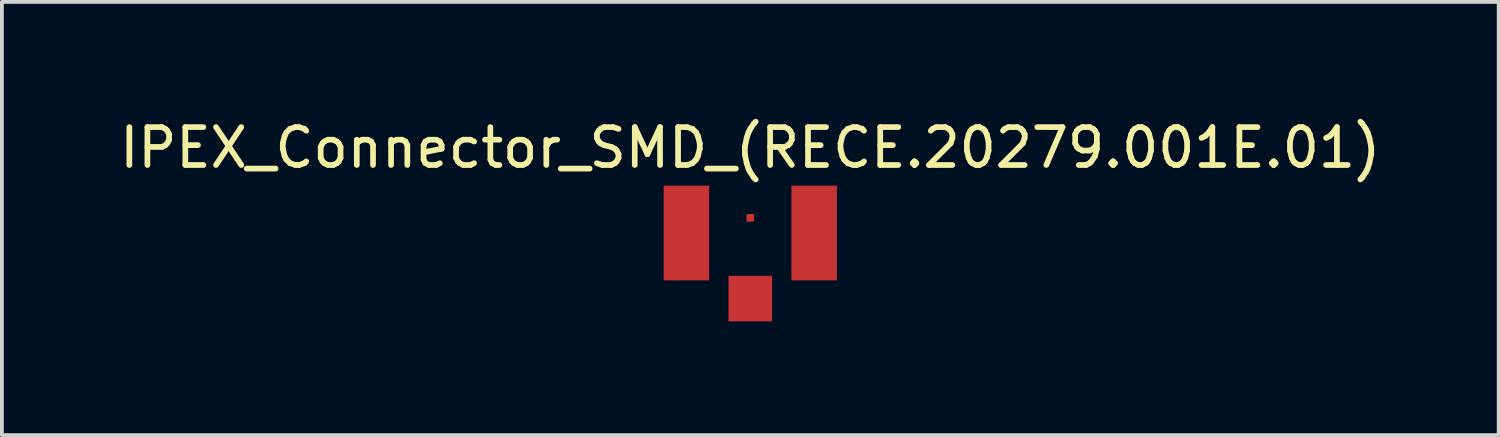
<source format=kicad_pcb>
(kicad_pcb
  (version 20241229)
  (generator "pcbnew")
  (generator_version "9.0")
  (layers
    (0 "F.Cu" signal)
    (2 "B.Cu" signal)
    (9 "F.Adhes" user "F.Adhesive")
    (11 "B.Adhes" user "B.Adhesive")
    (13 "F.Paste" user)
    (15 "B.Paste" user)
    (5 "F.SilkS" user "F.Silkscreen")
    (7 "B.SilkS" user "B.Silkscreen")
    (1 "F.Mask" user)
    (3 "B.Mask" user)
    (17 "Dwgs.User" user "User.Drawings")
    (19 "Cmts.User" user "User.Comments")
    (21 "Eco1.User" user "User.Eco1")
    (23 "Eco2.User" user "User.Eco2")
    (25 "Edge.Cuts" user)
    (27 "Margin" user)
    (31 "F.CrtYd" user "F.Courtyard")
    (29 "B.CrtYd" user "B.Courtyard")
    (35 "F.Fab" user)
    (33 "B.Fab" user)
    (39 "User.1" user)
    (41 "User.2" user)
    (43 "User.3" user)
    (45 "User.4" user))
  (footprint "IPEX_Connector_SMD_(RECE.20279.001E.01)"
    (layer "F.Cu")
    (at 16.744 4.348)
    (property "Reference" "IPEX_Connector_SMD_(RECE.20279.001E.01)" (at 0 -3.5 0) (layer "F.SilkS") (effects (font (size 1 1) (thickness 0.15))))
    (attr through_hole)
    (pad "1" smd rect (at 0 0.48) (size 1.15 1.2) (layers "F.Cu" "F.Mask" "F.Paste"))
    (pad "2" smd rect (at -1.685 -1.25) (size 1.2 2.5) (layers "F.Cu" "F.Mask" "F.Paste"))
    (pad "2" smd rect (at 1.685 -1.25) (size 1.2 2.5) (layers "F.Cu" "F.Mask" "F.Paste"))
    (pad "3" smd rect (at 0 -1.65) (size 0.2 0.2) (layers "F.Cu" "F.Mask")))
  (gr_rect
    (start -3 -3)
    (end 36.488 8.428)
    (stroke (width 0.1) (type default))
    (fill no)
    (layer "Edge.Cuts")))
</source>
